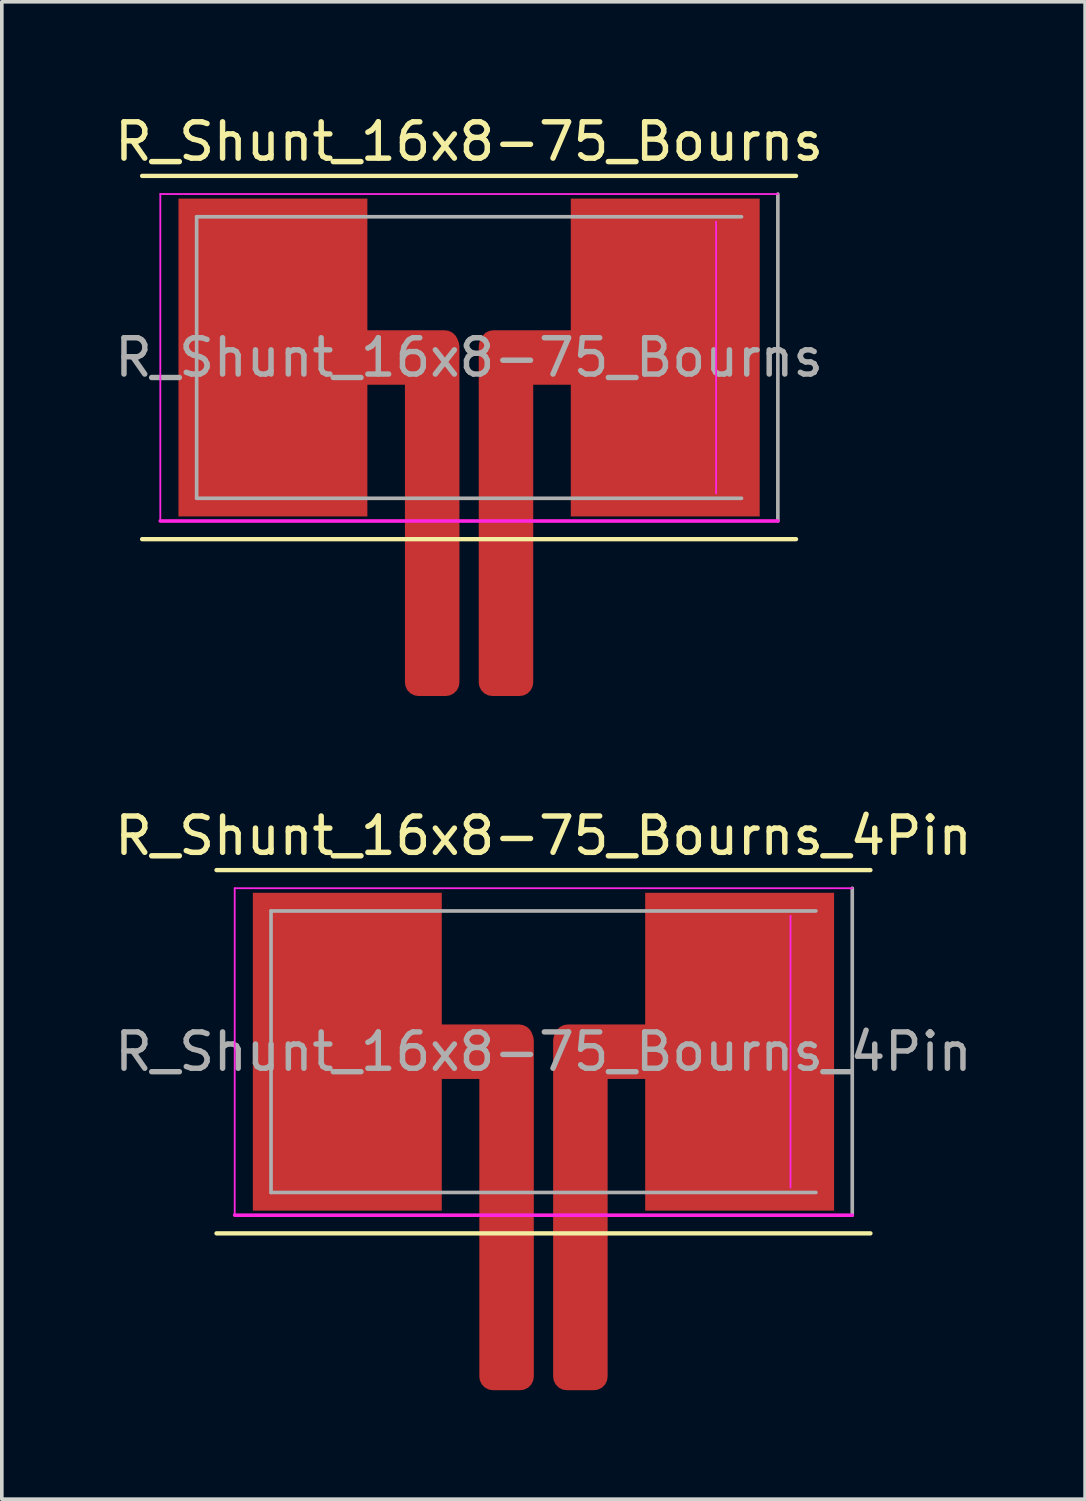
<source format=kicad_pcb>
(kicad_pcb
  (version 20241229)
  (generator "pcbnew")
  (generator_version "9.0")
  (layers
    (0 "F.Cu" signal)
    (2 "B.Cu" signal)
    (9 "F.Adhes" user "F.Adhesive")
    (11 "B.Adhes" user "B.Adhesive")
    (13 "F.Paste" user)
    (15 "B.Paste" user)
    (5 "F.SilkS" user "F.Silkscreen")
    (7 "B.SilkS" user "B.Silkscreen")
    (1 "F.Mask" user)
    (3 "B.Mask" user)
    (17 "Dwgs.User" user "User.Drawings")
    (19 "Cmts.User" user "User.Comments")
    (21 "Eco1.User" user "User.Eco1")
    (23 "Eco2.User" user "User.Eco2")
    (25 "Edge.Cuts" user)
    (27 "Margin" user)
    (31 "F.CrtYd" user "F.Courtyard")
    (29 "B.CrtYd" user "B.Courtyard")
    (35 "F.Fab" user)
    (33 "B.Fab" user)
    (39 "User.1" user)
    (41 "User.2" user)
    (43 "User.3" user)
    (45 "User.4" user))
  (footprint "R_Shunt_16x8-75_Bourns_4Pin"
    (layer "F.Cu")
    (at 11.911 25.902)
    (property "Reference" "R_Shunt_16x8-75_Bourns_4Pin" (at 0 -5.944 0) (layer "F.SilkS") (effects (font (size 1 1) (thickness 0.15))))
    (attr smd)
    (fp_line (start -9 -5) (end 9 -5) (stroke (width 0.12) (type solid)) (layer "F.SilkS"))
    (fp_line (start -9 5) (end 9 5) (stroke (width 0.12) (type solid)) (layer "F.SilkS"))
    (fp_line (start -8.5 -4.5) (end -8.5 4.5) (stroke (width 0.05) (type solid)) (layer "F.CrtYd"))
    (fp_line (start -8.5 -4.5) (end 8.5 -4.5) (stroke (width 0.05) (type solid)) (layer "F.CrtYd"))
    (fp_line (start -8.5 4.5) (end 8.5 4.5) (stroke (width 0.1) (type solid)) (layer "F.CrtYd"))
    (fp_line (start 6.8 -3.74) (end 6.8 3.74) (stroke (width 0.05) (type solid)) (layer "F.CrtYd"))
    (fp_line (start -7.5 -3.875) (end -7.5 3.875) (stroke (width 0.1) (type solid)) (layer "F.Fab"))
    (fp_line (start -7.5 -3.875) (end 7.5 -3.875) (stroke (width 0.1) (type solid)) (layer "F.Fab"))
    (fp_line (start -7.5 3.875) (end 7.5 3.875) (stroke (width 0.1) (type solid)) (layer "F.Fab"))
    (fp_line (start 8.5 -4.5) (end 8.5 4.5) (stroke (width 0.1) (type solid)) (layer "F.Fab"))
    (fp_text user "${REFERENCE}" (at 0 0 0) (layer "F.Fab") (effects (font (size 1 1) (thickness 0.15))))
    (pad "1" smd rect (at -5.4 0) (size 5.2 8.75) (layers "F.Cu" "F.Mask" "F.Paste"))
    (pad "2" smd roundrect (at -2.794 0) (size 5 1.5) (layers "F.Cu" "F.Mask" "F.Paste") (roundrect_rratio 0.25))
    (pad "2" smd roundrect (at -1.016 4.318) (size 1.5 10) (layers "F.Cu" "F.Mask" "F.Paste") (roundrect_rratio 0.25))
    (pad "3" smd roundrect (at 1.016 4.318) (size 1.5 10) (layers "F.Cu" "F.Mask" "F.Paste") (roundrect_rratio 0.25))
    (pad "3" smd roundrect (at 2.794 0) (size 5 1.5) (layers "F.Cu" "F.Mask" "F.Paste") (roundrect_rratio 0.25))
    (pad "4" smd rect (at 5.4 0) (size 5.2 8.75) (layers "F.Cu" "F.Mask" "F.Paste")))
  (footprint "R_Shunt_16x8-75_Bourns"
    (layer "F.Cu")
    (at 9.863 6.792)
    (property "Reference" "R_Shunt_16x8-75_Bourns" (at 0 -5.944 0) (layer "F.SilkS") (effects (font (size 1 1) (thickness 0.15))))
    (attr smd)
    (fp_line (start -9 -5) (end 9 -5) (stroke (width 0.12) (type solid)) (layer "F.SilkS"))
    (fp_line (start -9 5) (end 9 5) (stroke (width 0.12) (type solid)) (layer "F.SilkS"))
    (fp_line (start -8.5 -4.5) (end -8.5 4.5) (stroke (width 0.05) (type solid)) (layer "F.CrtYd"))
    (fp_line (start -8.5 -4.5) (end 8.5 -4.5) (stroke (width 0.05) (type solid)) (layer "F.CrtYd"))
    (fp_line (start -8.5 4.5) (end 8.5 4.5) (stroke (width 0.1) (type solid)) (layer "F.CrtYd"))
    (fp_line (start 6.8 -3.74) (end 6.8 3.74) (stroke (width 0.05) (type solid)) (layer "F.CrtYd"))
    (fp_line (start -7.5 -3.875) (end -7.5 3.875) (stroke (width 0.1) (type solid)) (layer "F.Fab"))
    (fp_line (start -7.5 -3.875) (end 7.5 -3.875) (stroke (width 0.1) (type solid)) (layer "F.Fab"))
    (fp_line (start -7.5 3.875) (end 7.5 3.875) (stroke (width 0.1) (type solid)) (layer "F.Fab"))
    (fp_line (start 8.5 -4.5) (end 8.5 4.5) (stroke (width 0.1) (type solid)) (layer "F.Fab"))
    (fp_text user "${REFERENCE}" (at 0 0 0) (layer "F.Fab") (effects (font (size 1 1) (thickness 0.15))))
    (pad "1" smd rect (at -5.4 0) (size 5.2 8.75) (layers "F.Cu" "F.Mask" "F.Paste"))
    (pad "1" smd roundrect (at -2.794 0) (size 5 1.5) (layers "F.Cu" "F.Mask" "F.Paste") (roundrect_rratio 0.25))
    (pad "1" smd roundrect (at -1.016 4.318) (size 1.5 10) (layers "F.Cu" "F.Mask" "F.Paste") (roundrect_rratio 0.25))
    (pad "2" smd roundrect (at 1.016 4.318) (size 1.5 10) (layers "F.Cu" "F.Mask" "F.Paste") (roundrect_rratio 0.25))
    (pad "2" smd roundrect (at 2.794 0) (size 5 1.5) (layers "F.Cu" "F.Mask" "F.Paste") (roundrect_rratio 0.25))
    (pad "2" smd rect (at 5.4 0) (size 5.2 8.75) (layers "F.Cu" "F.Mask" "F.Paste")))
  (gr_rect
    (start -3 -3)
    (end 26.821 38.22)
    (stroke (width 0.1) (type default))
    (fill no)
    (layer "Edge.Cuts")))
</source>
